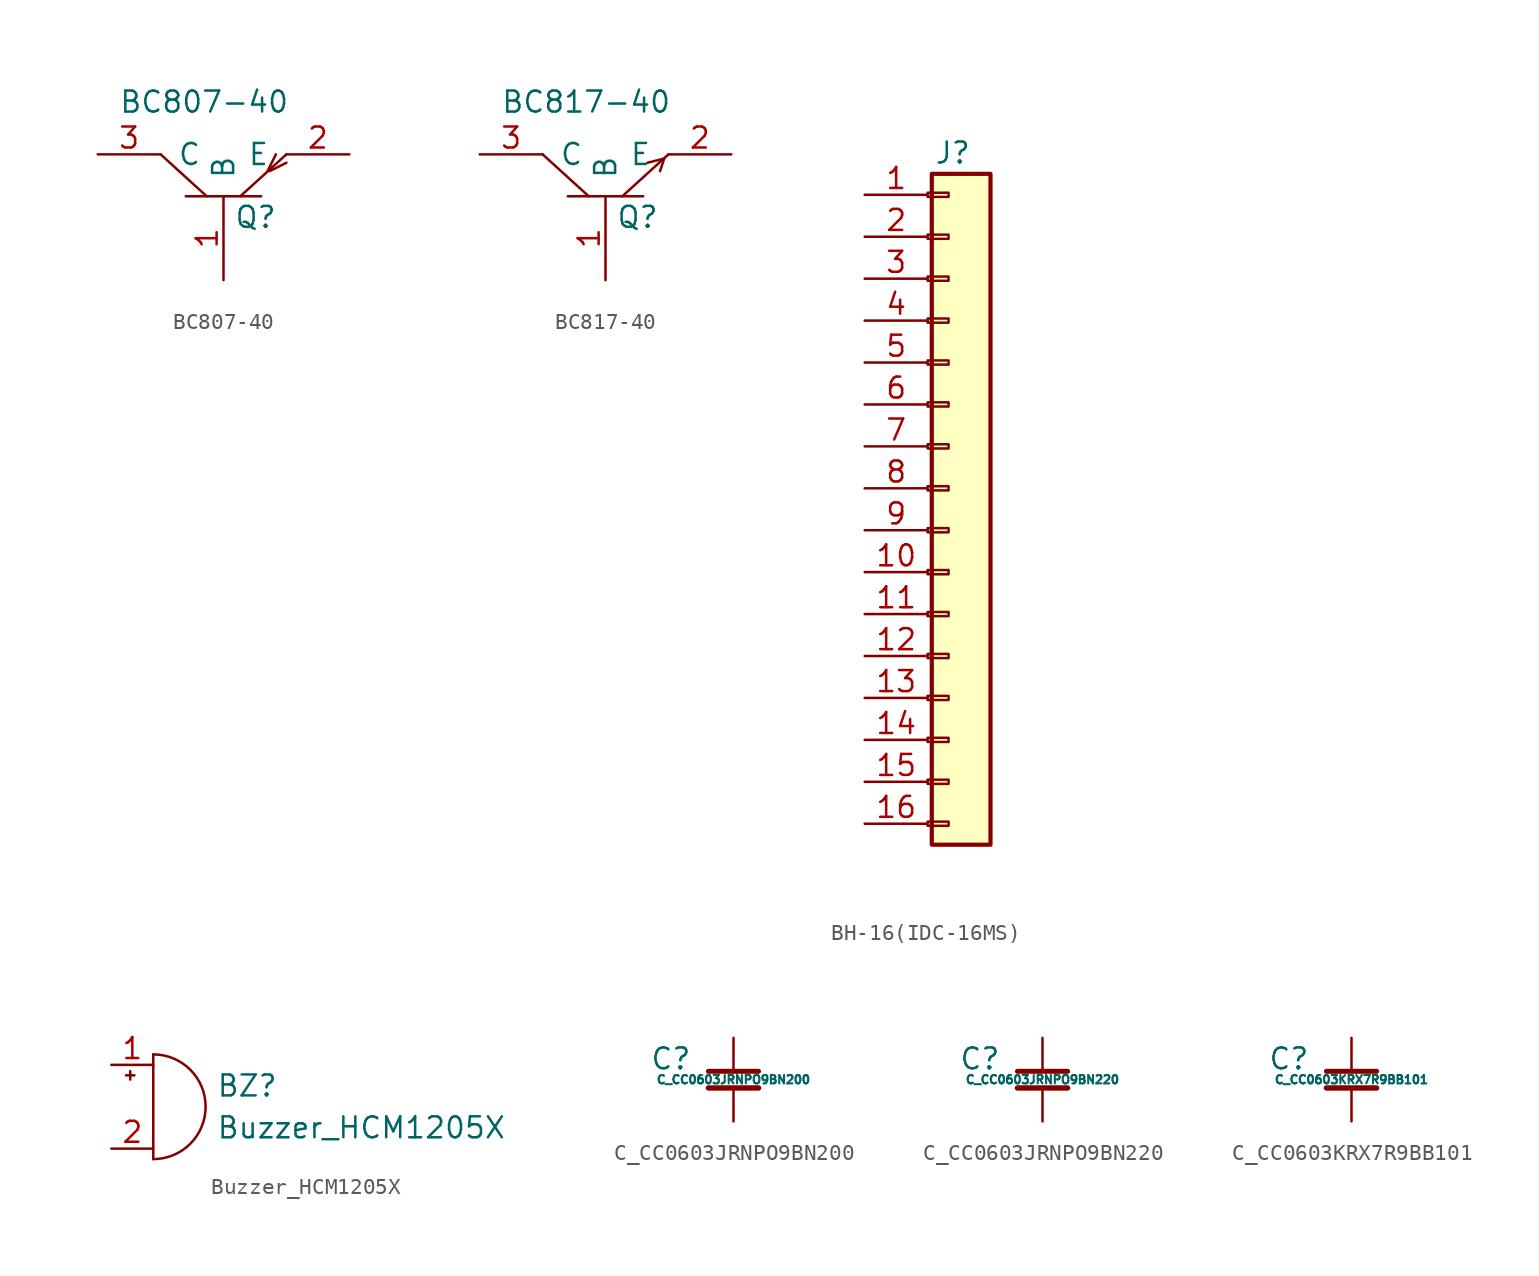
<source format=kicad_sym>
(kicad_symbol_lib
  (version 20211014)
  (generator kicad_symbol_editor)
  (symbol "BC807-40"
    (pin_names
      (offset 1.016))
    (property "Reference" "Q"
      (at 0.635 -3.81 0)
      (effects (font (size 1.27 1.27)) (justify left)))
    (property "Value" "BC807-40"
      (at -6.35 3.175 0)
      (effects (font (size 1.27 1.27)) (justify left)))
    (symbol "BC807-40_0_1"
      (polyline (pts (xy -2.286 -2.54) (xy 2.286 -2.54)) (stroke (width 0) (type default) (color 0 0 0 0)) (fill (type none)))
      (polyline (pts (xy -1.016 -2.54) (xy -3.81 0)) (stroke (width 0) (type default) (color 0 0 0 0)) (fill (type none)))
      (polyline (pts (xy 3.175 0) (xy 2.667 -1.016)) (stroke (width 0) (type default) (color 0 0 0 0)) (fill (type none)))
      (polyline (pts (xy 3.81 -0.508) (xy 2.794 -1.016)) (stroke (width 0) (type default) (color 0 0 0 0)) (fill (type none)))
      (polyline (pts (xy 3.81 0) (xy 1.016 -2.54)) (stroke (width 0) (type default) (color 0 0 0 0)) (fill (type none))))
    (symbol "BC807-40_1_1"
      (pin passive line (at 0 -7.62 90) (length 5.08) (name "B" (effects (font (size 1.27 1.27)))) (number "1" (effects (font (size 1.27 1.27)))))
      (pin passive line (at 7.62 0 180) (length 3.81) (name "E" (effects (font (size 1.27 1.27)))) (number "2" (effects (font (size 1.27 1.27)))))
      (pin passive line (at -7.62 0 0) (length 3.81) (name "C" (effects (font (size 1.27 1.27)))) (number "3" (effects (font (size 1.27 1.27)))))))
  (symbol "BC817-40"
    (pin_names
      (offset 1.016))
    (property "Reference" "Q"
      (at 0.635 -3.81 0)
      (effects (font (size 1.27 1.27)) (justify left)))
    (property "Value" "BC817-40"
      (at -6.35 3.175 0)
      (effects (font (size 1.27 1.27)) (justify left)))
    (symbol "BC817-40_0_1"
      (polyline (pts (xy -2.286 -2.54) (xy 2.286 -2.54)) (stroke (width 0) (type default) (color 0 0 0 0)) (fill (type none)))
      (polyline (pts (xy -1.016 -2.54) (xy -3.81 0)) (stroke (width 0) (type default) (color 0 0 0 0)) (fill (type none)))
      (polyline (pts (xy 3.556 -0.254) (xy 2.54 -0.508)) (stroke (width 0) (type default) (color 0 0 0 0)) (fill (type none)))
      (polyline (pts (xy 3.556 -0.254) (xy 3.302 -1.016)) (stroke (width 0) (type default) (color 0 0 0 0)) (fill (type none)))
      (polyline (pts (xy 3.81 0) (xy 1.016 -2.54)) (stroke (width 0) (type default) (color 0 0 0 0)) (fill (type none))))
    (symbol "BC817-40_1_1"
      (pin passive line (at 0 -7.62 90) (length 5.08) (name "B" (effects (font (size 1.27 1.27)))) (number "1" (effects (font (size 1.27 1.27)))))
      (pin passive line (at 7.62 0 180) (length 3.81) (name "E" (effects (font (size 1.27 1.27)))) (number "2" (effects (font (size 1.27 1.27)))))
      (pin passive line (at -7.62 0 0) (length 3.81) (name "C" (effects (font (size 1.27 1.27)))) (number "3" (effects (font (size 1.27 1.27)))))))
  (symbol "BH-16(IDC-16MS)"
    (pin_names
      (offset 1.016) hide)
    (property "Reference" "J"
      (at 0.254 27.94 0)
      (effects (font (size 1.27 1.27))))
    (symbol "BH-16(IDC-16MS)_1_1"
      (rectangle (start -1.27 -12.573) (end 0 -12.827) (stroke (width 0.152) (type default) (color 0 0 0 0)) (fill (type none)))
      (rectangle (start -1.27 -10.033) (end 0 -10.287) (stroke (width 0.152) (type default) (color 0 0 0 0)) (fill (type none)))
      (rectangle (start -1.27 -7.493) (end 0 -7.747) (stroke (width 0.152) (type default) (color 0 0 0 0)) (fill (type none)))
      (rectangle (start -1.27 -4.953) (end 0 -5.207) (stroke (width 0.152) (type default) (color 0 0 0 0)) (fill (type none)))
      (rectangle (start -1.27 -2.413) (end 0 -2.667) (stroke (width 0.152) (type default) (color 0 0 0 0)) (fill (type none)))
      (rectangle (start -1.27 0.127) (end 0 -0.127) (stroke (width 0.152) (type default) (color 0 0 0 0)) (fill (type none)))
      (rectangle (start -1.27 2.667) (end 0 2.413) (stroke (width 0.152) (type default) (color 0 0 0 0)) (fill (type none)))
      (rectangle (start -1.27 5.207) (end 0 4.953) (stroke (width 0.152) (type default) (color 0 0 0 0)) (fill (type none)))
      (rectangle (start -1.27 7.747) (end 0 7.493) (stroke (width 0.152) (type default) (color 0 0 0 0)) (fill (type none)))
      (rectangle (start -1.27 10.287) (end 0 10.033) (stroke (width 0.152) (type default) (color 0 0 0 0)) (fill (type none)))
      (rectangle (start -1.27 12.827) (end 0 12.573) (stroke (width 0.152) (type default) (color 0 0 0 0)) (fill (type none)))
      (rectangle (start -1.27 15.367) (end 0 15.113) (stroke (width 0.152) (type default) (color 0 0 0 0)) (fill (type none)))
      (rectangle (start -1.27 17.907) (end 0 17.653) (stroke (width 0.152) (type default) (color 0 0 0 0)) (fill (type none)))
      (rectangle (start -1.27 20.447) (end 0 20.193) (stroke (width 0.152) (type default) (color 0 0 0 0)) (fill (type none)))
      (rectangle (start -1.27 22.987) (end 0 22.733) (stroke (width 0.152) (type default) (color 0 0 0 0)) (fill (type none)))
      (rectangle (start -1.27 25.527) (end 0 25.273) (stroke (width 0.152) (type default) (color 0 0 0 0)) (fill (type none)))
      (rectangle (start -1.016 26.67) (end 2.54 -13.97) (stroke (width 0.254) (type default) (color 0 0 0 0)) (fill (type background)))
      (pin passive line (at -5.08 25.4 0) (length 3.81) (name "Pin_1" (effects (font (size 1.27 1.27)))) (number "1" (effects (font (size 1.27 1.27)))))
      (pin passive line (at -5.08 2.54 0) (length 3.81) (name "Pin_10" (effects (font (size 1.27 1.27)))) (number "10" (effects (font (size 1.27 1.27)))))
      (pin passive line (at -5.08 0 0) (length 3.81) (name "Pin_11" (effects (font (size 1.27 1.27)))) (number "11" (effects (font (size 1.27 1.27)))))
      (pin passive line (at -5.08 -2.54 0) (length 3.81) (name "Pin_12" (effects (font (size 1.27 1.27)))) (number "12" (effects (font (size 1.27 1.27)))))
      (pin passive line (at -5.08 -5.08 0) (length 3.81) (name "Pin_13" (effects (font (size 1.27 1.27)))) (number "13" (effects (font (size 1.27 1.27)))))
      (pin passive line (at -5.08 -7.62 0) (length 3.81) (name "Pin_14" (effects (font (size 1.27 1.27)))) (number "14" (effects (font (size 1.27 1.27)))))
      (pin passive line (at -5.08 -10.16 0) (length 3.81) (name "Pin_15" (effects (font (size 1.27 1.27)))) (number "15" (effects (font (size 1.27 1.27)))))
      (pin passive line (at -5.08 -12.7 0) (length 3.81) (name "Pin_16" (effects (font (size 1.27 1.27)))) (number "16" (effects (font (size 1.27 1.27)))))
      (pin passive line (at -5.08 22.86 0) (length 3.81) (name "Pin_2" (effects (font (size 1.27 1.27)))) (number "2" (effects (font (size 1.27 1.27)))))
      (pin passive line (at -5.08 20.32 0) (length 3.81) (name "Pin_3" (effects (font (size 1.27 1.27)))) (number "3" (effects (font (size 1.27 1.27)))))
      (pin passive line (at -5.08 17.78 0) (length 3.81) (name "Pin_4" (effects (font (size 1.27 1.27)))) (number "4" (effects (font (size 1.27 1.27)))))
      (pin passive line (at -5.08 15.24 0) (length 3.81) (name "Pin_5" (effects (font (size 1.27 1.27)))) (number "5" (effects (font (size 1.27 1.27)))))
      (pin passive line (at -5.08 12.7 0) (length 3.81) (name "Pin_6" (effects (font (size 1.27 1.27)))) (number "6" (effects (font (size 1.27 1.27)))))
      (pin passive line (at -5.08 10.16 0) (length 3.81) (name "Pin_7" (effects (font (size 1.27 1.27)))) (number "7" (effects (font (size 1.27 1.27)))))
      (pin passive line (at -5.08 7.62 0) (length 3.81) (name "Pin_8" (effects (font (size 1.27 1.27)))) (number "8" (effects (font (size 1.27 1.27)))))
      (pin passive line (at -5.08 5.08 0) (length 3.81) (name "Pin_9" (effects (font (size 1.27 1.27)))) (number "9" (effects (font (size 1.27 1.27)))))))
  (symbol "Buzzer_HCM1205X"
    (pin_names
      (offset 0.025) hide)
    (property "Reference" "BZ"
      (at 3.81 1.27 0)
      (effects (font (size 1.27 1.27)) (justify left)))
    (property "Value" "Buzzer_HCM1205X"
      (at 3.81 -1.27 0)
      (effects (font (size 1.27 1.27)) (justify left)))
    (symbol "Buzzer_HCM1205X_0_1"
      (arc (start 0 -3.175) (mid 3.175 0) (end 0 3.175) (stroke (width 0) (type default) (color 0 0 0 0)) (fill (type none)))
      (polyline (pts (xy -1.651 1.905) (xy -1.143 1.905)) (stroke (width 0) (type default) (color 0 0 0 0)) (fill (type none)))
      (polyline (pts (xy -1.397 2.159) (xy -1.397 1.651)) (stroke (width 0) (type default) (color 0 0 0 0)) (fill (type none)))
      (polyline (pts (xy 0 3.175) (xy 0 -3.175)) (stroke (width 0) (type default) (color 0 0 0 0)) (fill (type none))))
    (symbol "Buzzer_HCM1205X_1_1"
      (pin passive line (at -2.54 2.54 0) (length 2.54) (name "-" (effects (font (size 1.27 1.27)))) (number "1" (effects (font (size 1.27 1.27)))))
      (pin passive line (at -2.54 -2.54 0) (length 2.54) (name "+" (effects (font (size 1.27 1.27)))) (number "2" (effects (font (size 1.27 1.27)))))))
  (symbol "C_CC0603JRNPO9BN200"
    (pin_numbers hide)
    (pin_names
      (offset 0.254) hide)
    (property "Reference" "C"
      (at -3.81 1.27 0)
      (effects (font (size 1.27 1.27))))
    (property "Value" "C_CC0603JRNPO9BN200"
      (at 0 0 0)
      (effects (font (size 0.508 0.508))))
    (symbol "C_CC0603JRNPO9BN200_0_1"
      (polyline (pts (xy -1.524 -0.508) (xy 1.524 -0.508)) (stroke (width 0.33) (type default) (color 0 0 0 0)) (fill (type none)))
      (polyline (pts (xy -1.524 0.508) (xy 1.524 0.508)) (stroke (width 0.305) (type default) (color 0 0 0 0)) (fill (type none))))
    (symbol "C_CC0603JRNPO9BN200_1_1"
      (pin passive line (at 0 2.54 270) (length 2.032) (name "~" (effects (font (size 1.27 1.27)))) (number "1" (effects (font (size 1.27 1.27)))))
      (pin passive line (at 0 -2.54 90) (length 2.032) (name "~" (effects (font (size 1.27 1.27)))) (number "2" (effects (font (size 1.27 1.27)))))))
  (symbol "C_CC0603JRNPO9BN220"
    (pin_numbers hide)
    (pin_names
      (offset 0.254) hide)
    (property "Reference" "C"
      (at -3.81 1.27 0)
      (effects (font (size 1.27 1.27))))
    (property "Value" "C_CC0603JRNPO9BN220"
      (at 0 0 0)
      (effects (font (size 0.508 0.508))))
    (symbol "C_CC0603JRNPO9BN220_0_1"
      (polyline (pts (xy -1.524 -0.508) (xy 1.524 -0.508)) (stroke (width 0.33) (type default) (color 0 0 0 0)) (fill (type none)))
      (polyline (pts (xy -1.524 0.508) (xy 1.524 0.508)) (stroke (width 0.305) (type default) (color 0 0 0 0)) (fill (type none))))
    (symbol "C_CC0603JRNPO9BN220_1_1"
      (pin passive line (at 0 2.54 270) (length 2.032) (name "~" (effects (font (size 1.27 1.27)))) (number "1" (effects (font (size 1.27 1.27)))))
      (pin passive line (at 0 -2.54 90) (length 2.032) (name "~" (effects (font (size 1.27 1.27)))) (number "2" (effects (font (size 1.27 1.27)))))))
  (symbol "C_CC0603KRX7R9BB101"
    (pin_numbers hide)
    (pin_names
      (offset 0.254) hide)
    (property "Reference" "C"
      (at -3.81 1.27 0)
      (effects (font (size 1.27 1.27))))
    (property "Value" "C_CC0603KRX7R9BB101"
      (at 0 0 0)
      (effects (font (size 0.508 0.508))))
    (symbol "C_CC0603KRX7R9BB101_0_1"
      (polyline (pts (xy -1.524 -0.508) (xy 1.524 -0.508)) (stroke (width 0.33) (type default) (color 0 0 0 0)) (fill (type none)))
      (polyline (pts (xy -1.524 0.508) (xy 1.524 0.508)) (stroke (width 0.305) (type default) (color 0 0 0 0)) (fill (type none))))
    (symbol "C_CC0603KRX7R9BB101_1_1"
      (pin passive line (at 0 2.54 270) (length 2.032) (name "~" (effects (font (size 1.27 1.27)))) (number "1" (effects (font (size 1.27 1.27)))))
      (pin passive line (at 0 -2.54 90) (length 2.032) (name "~" (effects (font (size 1.27 1.27)))) (number "2" (effects (font (size 1.27 1.27))))))))
</source>
